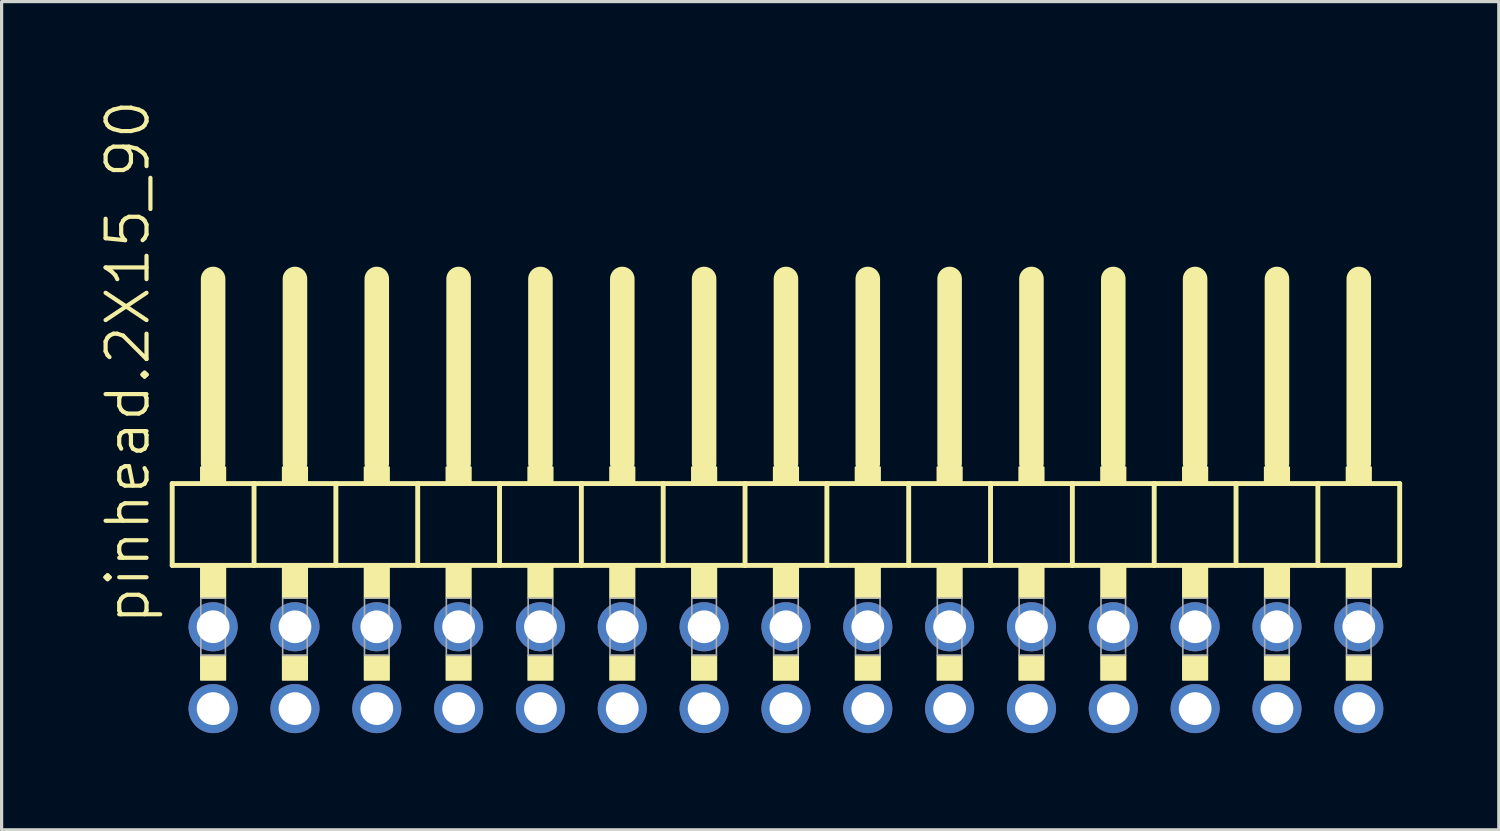
<source format=kicad_pcb>
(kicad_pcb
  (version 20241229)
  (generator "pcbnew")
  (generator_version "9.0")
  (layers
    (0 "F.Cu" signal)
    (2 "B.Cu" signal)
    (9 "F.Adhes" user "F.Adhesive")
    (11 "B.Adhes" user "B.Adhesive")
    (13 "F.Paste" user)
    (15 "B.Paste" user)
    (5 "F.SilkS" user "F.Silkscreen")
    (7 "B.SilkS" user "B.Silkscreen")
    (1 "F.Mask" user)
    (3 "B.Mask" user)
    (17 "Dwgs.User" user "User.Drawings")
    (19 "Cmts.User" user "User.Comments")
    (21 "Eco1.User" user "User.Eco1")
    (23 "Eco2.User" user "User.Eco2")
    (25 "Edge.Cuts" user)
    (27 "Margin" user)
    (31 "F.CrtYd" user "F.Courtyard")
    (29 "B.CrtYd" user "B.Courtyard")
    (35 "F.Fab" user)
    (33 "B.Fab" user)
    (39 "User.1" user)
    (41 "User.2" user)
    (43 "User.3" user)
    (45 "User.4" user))
  (footprint "pinhead.2X15_90"
    (layer "F.Cu")
    (at 21.345 12.594)
    (property "Reference" "pinhead.2X15_90" (at -19.685 3.81 90) (layer "F.SilkS") (effects (font (size 1.27 1.27) (thickness 0.13)) (justify left bottom)))
    (attr through_hole)
    (fp_line (start -19.05 -0.635) (end -19.05 1.905) (stroke (width 0.152) (type default)) (layer "F.SilkS"))
    (fp_line (start -19.05 1.905) (end -16.51 1.905) (stroke (width 0.152) (type default)) (layer "F.SilkS"))
    (fp_line (start -17.78 -6.985) (end -17.78 -1.27) (stroke (width 0.762) (type default)) (layer "F.SilkS"))
    (fp_line (start -16.51 -0.635) (end -19.05 -0.635) (stroke (width 0.152) (type default)) (layer "F.SilkS"))
    (fp_line (start -16.51 1.905) (end -16.51 -0.635) (stroke (width 0.152) (type default)) (layer "F.SilkS"))
    (fp_line (start -16.51 1.905) (end -13.97 1.905) (stroke (width 0.152) (type default)) (layer "F.SilkS"))
    (fp_line (start -15.24 -6.985) (end -15.24 -1.27) (stroke (width 0.762) (type default)) (layer "F.SilkS"))
    (fp_line (start -13.97 -0.635) (end -16.51 -0.635) (stroke (width 0.152) (type default)) (layer "F.SilkS"))
    (fp_line (start -13.97 1.905) (end -13.97 -0.635) (stroke (width 0.152) (type default)) (layer "F.SilkS"))
    (fp_line (start -13.97 1.905) (end -11.43 1.905) (stroke (width 0.152) (type default)) (layer "F.SilkS"))
    (fp_line (start -12.7 -6.985) (end -12.7 -1.27) (stroke (width 0.762) (type default)) (layer "F.SilkS"))
    (fp_line (start -11.43 -0.635) (end -13.97 -0.635) (stroke (width 0.152) (type default)) (layer "F.SilkS"))
    (fp_line (start -11.43 1.905) (end -11.43 -0.635) (stroke (width 0.152) (type default)) (layer "F.SilkS"))
    (fp_line (start -11.43 1.905) (end -8.89 1.905) (stroke (width 0.152) (type default)) (layer "F.SilkS"))
    (fp_line (start -10.16 -6.985) (end -10.16 -1.27) (stroke (width 0.762) (type default)) (layer "F.SilkS"))
    (fp_line (start -8.89 -0.635) (end -11.43 -0.635) (stroke (width 0.152) (type default)) (layer "F.SilkS"))
    (fp_line (start -8.89 1.905) (end -8.89 -0.635) (stroke (width 0.152) (type default)) (layer "F.SilkS"))
    (fp_line (start -8.89 1.905) (end -6.35 1.905) (stroke (width 0.152) (type default)) (layer "F.SilkS"))
    (fp_line (start -7.62 -6.985) (end -7.62 -1.27) (stroke (width 0.762) (type default)) (layer "F.SilkS"))
    (fp_line (start -6.35 -0.635) (end -8.89 -0.635) (stroke (width 0.152) (type default)) (layer "F.SilkS"))
    (fp_line (start -6.35 1.905) (end -6.35 -0.635) (stroke (width 0.152) (type default)) (layer "F.SilkS"))
    (fp_line (start -6.35 1.905) (end -3.81 1.905) (stroke (width 0.152) (type default)) (layer "F.SilkS"))
    (fp_line (start -5.08 -6.985) (end -5.08 -1.27) (stroke (width 0.762) (type default)) (layer "F.SilkS"))
    (fp_line (start -3.81 -0.635) (end -6.35 -0.635) (stroke (width 0.152) (type default)) (layer "F.SilkS"))
    (fp_line (start -3.81 1.905) (end -3.81 -0.635) (stroke (width 0.152) (type default)) (layer "F.SilkS"))
    (fp_line (start -3.81 1.905) (end -1.27 1.905) (stroke (width 0.152) (type default)) (layer "F.SilkS"))
    (fp_line (start -2.54 -6.985) (end -2.54 -1.27) (stroke (width 0.762) (type default)) (layer "F.SilkS"))
    (fp_line (start -1.27 -0.635) (end -3.81 -0.635) (stroke (width 0.152) (type default)) (layer "F.SilkS"))
    (fp_line (start -1.27 1.905) (end -1.27 -0.635) (stroke (width 0.152) (type default)) (layer "F.SilkS"))
    (fp_line (start -1.27 1.905) (end 1.27 1.905) (stroke (width 0.152) (type default)) (layer "F.SilkS"))
    (fp_line (start 0 -6.985) (end 0 -1.27) (stroke (width 0.762) (type default)) (layer "F.SilkS"))
    (fp_line (start 1.27 -0.635) (end -1.27 -0.635) (stroke (width 0.152) (type default)) (layer "F.SilkS"))
    (fp_line (start 1.27 1.905) (end 1.27 -0.635) (stroke (width 0.152) (type default)) (layer "F.SilkS"))
    (fp_line (start 1.27 1.905) (end 3.81 1.905) (stroke (width 0.152) (type default)) (layer "F.SilkS"))
    (fp_line (start 2.54 -6.985) (end 2.54 -1.27) (stroke (width 0.762) (type default)) (layer "F.SilkS"))
    (fp_line (start 3.81 -0.635) (end 1.27 -0.635) (stroke (width 0.152) (type default)) (layer "F.SilkS"))
    (fp_line (start 3.81 1.905) (end 3.81 -0.635) (stroke (width 0.152) (type default)) (layer "F.SilkS"))
    (fp_line (start 3.81 1.905) (end 6.35 1.905) (stroke (width 0.152) (type default)) (layer "F.SilkS"))
    (fp_line (start 5.08 -6.985) (end 5.08 -1.27) (stroke (width 0.762) (type default)) (layer "F.SilkS"))
    (fp_line (start 6.35 -0.635) (end 3.81 -0.635) (stroke (width 0.152) (type default)) (layer "F.SilkS"))
    (fp_line (start 6.35 1.905) (end 6.35 -0.635) (stroke (width 0.152) (type default)) (layer "F.SilkS"))
    (fp_line (start 6.35 1.905) (end 8.89 1.905) (stroke (width 0.152) (type default)) (layer "F.SilkS"))
    (fp_line (start 7.62 -6.985) (end 7.62 -1.27) (stroke (width 0.762) (type default)) (layer "F.SilkS"))
    (fp_line (start 8.89 -0.635) (end 6.35 -0.635) (stroke (width 0.152) (type default)) (layer "F.SilkS"))
    (fp_line (start 8.89 1.905) (end 8.89 -0.635) (stroke (width 0.152) (type default)) (layer "F.SilkS"))
    (fp_line (start 8.89 1.905) (end 11.43 1.905) (stroke (width 0.152) (type default)) (layer "F.SilkS"))
    (fp_line (start 10.16 -6.985) (end 10.16 -1.27) (stroke (width 0.762) (type default)) (layer "F.SilkS"))
    (fp_line (start 11.43 -0.635) (end 8.89 -0.635) (stroke (width 0.152) (type default)) (layer "F.SilkS"))
    (fp_line (start 11.43 1.905) (end 11.43 -0.635) (stroke (width 0.152) (type default)) (layer "F.SilkS"))
    (fp_line (start 11.43 1.905) (end 13.97 1.905) (stroke (width 0.152) (type default)) (layer "F.SilkS"))
    (fp_line (start 12.7 -6.985) (end 12.7 -1.27) (stroke (width 0.762) (type default)) (layer "F.SilkS"))
    (fp_line (start 13.97 -0.635) (end 11.43 -0.635) (stroke (width 0.152) (type default)) (layer "F.SilkS"))
    (fp_line (start 13.97 1.905) (end 13.97 -0.635) (stroke (width 0.152) (type default)) (layer "F.SilkS"))
    (fp_line (start 13.97 1.905) (end 16.51 1.905) (stroke (width 0.152) (type default)) (layer "F.SilkS"))
    (fp_line (start 15.24 -6.985) (end 15.24 -1.27) (stroke (width 0.762) (type default)) (layer "F.SilkS"))
    (fp_line (start 16.51 -0.635) (end 13.97 -0.635) (stroke (width 0.152) (type default)) (layer "F.SilkS"))
    (fp_line (start 16.51 1.905) (end 16.51 -0.635) (stroke (width 0.152) (type default)) (layer "F.SilkS"))
    (fp_line (start 16.51 1.905) (end 19.05 1.905) (stroke (width 0.152) (type default)) (layer "F.SilkS"))
    (fp_line (start 17.78 -6.985) (end 17.78 -1.27) (stroke (width 0.762) (type default)) (layer "F.SilkS"))
    (fp_line (start 19.05 -0.635) (end 16.51 -0.635) (stroke (width 0.152) (type default)) (layer "F.SilkS"))
    (fp_line (start 19.05 1.905) (end 19.05 -0.635) (stroke (width 0.152) (type default)) (layer "F.SilkS"))
    (fp_rect (start -18.161 -0.635) (end -17.399 -1.143) (stroke (width 0.05) (type default)) (fill yes) (layer "F.SilkS"))
    (fp_rect (start -18.161 2.921) (end -17.399 1.905) (stroke (width 0.05) (type default)) (fill yes) (layer "F.SilkS"))
    (fp_rect (start -18.161 5.461) (end -17.399 4.699) (stroke (width 0.05) (type default)) (fill yes) (layer "F.SilkS"))
    (fp_rect (start -15.621 -0.635) (end -14.859 -1.143) (stroke (width 0.05) (type default)) (fill yes) (layer "F.SilkS"))
    (fp_rect (start -15.621 2.921) (end -14.859 1.905) (stroke (width 0.05) (type default)) (fill yes) (layer "F.SilkS"))
    (fp_rect (start -15.621 5.461) (end -14.859 4.699) (stroke (width 0.05) (type default)) (fill yes) (layer "F.SilkS"))
    (fp_rect (start -13.081 -0.635) (end -12.319 -1.143) (stroke (width 0.05) (type default)) (fill yes) (layer "F.SilkS"))
    (fp_rect (start -13.081 2.921) (end -12.319 1.905) (stroke (width 0.05) (type default)) (fill yes) (layer "F.SilkS"))
    (fp_rect (start -13.081 5.461) (end -12.319 4.699) (stroke (width 0.05) (type default)) (fill yes) (layer "F.SilkS"))
    (fp_rect (start -10.541 -0.635) (end -9.779 -1.143) (stroke (width 0.05) (type default)) (fill yes) (layer "F.SilkS"))
    (fp_rect (start -10.541 2.921) (end -9.779 1.905) (stroke (width 0.05) (type default)) (fill yes) (layer "F.SilkS"))
    (fp_rect (start -10.541 5.461) (end -9.779 4.699) (stroke (width 0.05) (type default)) (fill yes) (layer "F.SilkS"))
    (fp_rect (start -8.001 -0.635) (end -7.239 -1.143) (stroke (width 0.05) (type default)) (fill yes) (layer "F.SilkS"))
    (fp_rect (start -8.001 2.921) (end -7.239 1.905) (stroke (width 0.05) (type default)) (fill yes) (layer "F.SilkS"))
    (fp_rect (start -8.001 5.461) (end -7.239 4.699) (stroke (width 0.05) (type default)) (fill yes) (layer "F.SilkS"))
    (fp_rect (start -5.461 -0.635) (end -4.699 -1.143) (stroke (width 0.05) (type default)) (fill yes) (layer "F.SilkS"))
    (fp_rect (start -5.461 2.921) (end -4.699 1.905) (stroke (width 0.05) (type default)) (fill yes) (layer "F.SilkS"))
    (fp_rect (start -5.461 5.461) (end -4.699 4.699) (stroke (width 0.05) (type default)) (fill yes) (layer "F.SilkS"))
    (fp_rect (start -2.921 -0.635) (end -2.159 -1.143) (stroke (width 0.05) (type default)) (fill yes) (layer "F.SilkS"))
    (fp_rect (start -2.921 2.921) (end -2.159 1.905) (stroke (width 0.05) (type default)) (fill yes) (layer "F.SilkS"))
    (fp_rect (start -2.921 5.461) (end -2.159 4.699) (stroke (width 0.05) (type default)) (fill yes) (layer "F.SilkS"))
    (fp_rect (start -0.381 -0.635) (end 0.381 -1.143) (stroke (width 0.05) (type default)) (fill yes) (layer "F.SilkS"))
    (fp_rect (start -0.381 2.921) (end 0.381 1.905) (stroke (width 0.05) (type default)) (fill yes) (layer "F.SilkS"))
    (fp_rect (start -0.381 5.461) (end 0.381 4.699) (stroke (width 0.05) (type default)) (fill yes) (layer "F.SilkS"))
    (fp_rect (start 2.159 -0.635) (end 2.921 -1.143) (stroke (width 0.05) (type default)) (fill yes) (layer "F.SilkS"))
    (fp_rect (start 2.159 2.921) (end 2.921 1.905) (stroke (width 0.05) (type default)) (fill yes) (layer "F.SilkS"))
    (fp_rect (start 2.159 5.461) (end 2.921 4.699) (stroke (width 0.05) (type default)) (fill yes) (layer "F.SilkS"))
    (fp_rect (start 4.699 -0.635) (end 5.461 -1.143) (stroke (width 0.05) (type default)) (fill yes) (layer "F.SilkS"))
    (fp_rect (start 4.699 2.921) (end 5.461 1.905) (stroke (width 0.05) (type default)) (fill yes) (layer "F.SilkS"))
    (fp_rect (start 4.699 5.461) (end 5.461 4.699) (stroke (width 0.05) (type default)) (fill yes) (layer "F.SilkS"))
    (fp_rect (start 7.239 -0.635) (end 8.001 -1.143) (stroke (width 0.05) (type default)) (fill yes) (layer "F.SilkS"))
    (fp_rect (start 7.239 2.921) (end 8.001 1.905) (stroke (width 0.05) (type default)) (fill yes) (layer "F.SilkS"))
    (fp_rect (start 7.239 5.461) (end 8.001 4.699) (stroke (width 0.05) (type default)) (fill yes) (layer "F.SilkS"))
    (fp_rect (start 9.779 -0.635) (end 10.541 -1.143) (stroke (width 0.05) (type default)) (fill yes) (layer "F.SilkS"))
    (fp_rect (start 9.779 2.921) (end 10.541 1.905) (stroke (width 0.05) (type default)) (fill yes) (layer "F.SilkS"))
    (fp_rect (start 9.779 5.461) (end 10.541 4.699) (stroke (width 0.05) (type default)) (fill yes) (layer "F.SilkS"))
    (fp_rect (start 12.319 -0.635) (end 13.081 -1.143) (stroke (width 0.05) (type default)) (fill yes) (layer "F.SilkS"))
    (fp_rect (start 12.319 2.921) (end 13.081 1.905) (stroke (width 0.05) (type default)) (fill yes) (layer "F.SilkS"))
    (fp_rect (start 12.319 5.461) (end 13.081 4.699) (stroke (width 0.05) (type default)) (fill yes) (layer "F.SilkS"))
    (fp_rect (start 14.859 -0.635) (end 15.621 -1.143) (stroke (width 0.05) (type default)) (fill yes) (layer "F.SilkS"))
    (fp_rect (start 14.859 2.921) (end 15.621 1.905) (stroke (width 0.05) (type default)) (fill yes) (layer "F.SilkS"))
    (fp_rect (start 14.859 5.461) (end 15.621 4.699) (stroke (width 0.05) (type default)) (fill yes) (layer "F.SilkS"))
    (fp_rect (start 17.399 -0.635) (end 18.161 -1.143) (stroke (width 0.05) (type default)) (fill yes) (layer "F.SilkS"))
    (fp_rect (start 17.399 2.921) (end 18.161 1.905) (stroke (width 0.05) (type default)) (fill yes) (layer "F.SilkS"))
    (fp_rect (start 17.399 5.461) (end 18.161 4.699) (stroke (width 0.05) (type default)) (fill yes) (layer "F.SilkS"))
    (fp_rect (start -18.161 4.699) (end -17.399 2.921) (stroke (width 0.05) (type default)) (fill no) (layer "F.Fab"))
    (fp_rect (start -15.621 4.699) (end -14.859 2.921) (stroke (width 0.05) (type default)) (fill no) (layer "F.Fab"))
    (fp_rect (start -13.081 4.699) (end -12.319 2.921) (stroke (width 0.05) (type default)) (fill no) (layer "F.Fab"))
    (fp_rect (start -10.541 4.699) (end -9.779 2.921) (stroke (width 0.05) (type default)) (fill no) (layer "F.Fab"))
    (fp_rect (start -8.001 4.699) (end -7.239 2.921) (stroke (width 0.05) (type default)) (fill no) (layer "F.Fab"))
    (fp_rect (start -5.461 4.699) (end -4.699 2.921) (stroke (width 0.05) (type default)) (fill no) (layer "F.Fab"))
    (fp_rect (start -2.921 4.699) (end -2.159 2.921) (stroke (width 0.05) (type default)) (fill no) (layer "F.Fab"))
    (fp_rect (start -0.381 4.699) (end 0.381 2.921) (stroke (width 0.05) (type default)) (fill no) (layer "F.Fab"))
    (fp_rect (start 2.159 4.699) (end 2.921 2.921) (stroke (width 0.05) (type default)) (fill no) (layer "F.Fab"))
    (fp_rect (start 4.699 4.699) (end 5.461 2.921) (stroke (width 0.05) (type default)) (fill no) (layer "F.Fab"))
    (fp_rect (start 7.239 4.699) (end 8.001 2.921) (stroke (width 0.05) (type default)) (fill no) (layer "F.Fab"))
    (fp_rect (start 9.779 4.699) (end 10.541 2.921) (stroke (width 0.05) (type default)) (fill no) (layer "F.Fab"))
    (fp_rect (start 12.319 4.699) (end 13.081 2.921) (stroke (width 0.05) (type default)) (fill no) (layer "F.Fab"))
    (fp_rect (start 14.859 4.699) (end 15.621 2.921) (stroke (width 0.05) (type default)) (fill no) (layer "F.Fab"))
    (fp_rect (start 17.399 4.699) (end 18.161 2.921) (stroke (width 0.05) (type default)) (fill no) (layer "F.Fab"))
    (pad "1" thru_hole circle (at -17.78 6.35) (size 1.524 1.524) (drill 1.016) (layers "*.Cu" "*.Mask"))
    (pad "2" thru_hole circle (at -17.78 3.81) (size 1.524 1.524) (drill 1.016) (layers "*.Cu" "*.Mask"))
    (pad "3" thru_hole circle (at -15.24 6.35) (size 1.524 1.524) (drill 1.016) (layers "*.Cu" "*.Mask"))
    (pad "4" thru_hole circle (at -15.24 3.81) (size 1.524 1.524) (drill 1.016) (layers "*.Cu" "*.Mask"))
    (pad "5" thru_hole circle (at -12.7 6.35) (size 1.524 1.524) (drill 1.016) (layers "*.Cu" "*.Mask"))
    (pad "6" thru_hole circle (at -12.7 3.81) (size 1.524 1.524) (drill 1.016) (layers "*.Cu" "*.Mask"))
    (pad "7" thru_hole circle (at -10.16 6.35) (size 1.524 1.524) (drill 1.016) (layers "*.Cu" "*.Mask"))
    (pad "8" thru_hole circle (at -10.16 3.81) (size 1.524 1.524) (drill 1.016) (layers "*.Cu" "*.Mask"))
    (pad "9" thru_hole circle (at -7.62 6.35) (size 1.524 1.524) (drill 1.016) (layers "*.Cu" "*.Mask"))
    (pad "10" thru_hole circle (at -7.62 3.81) (size 1.524 1.524) (drill 1.016) (layers "*.Cu" "*.Mask"))
    (pad "11" thru_hole circle (at -5.08 6.35) (size 1.524 1.524) (drill 1.016) (layers "*.Cu" "*.Mask"))
    (pad "12" thru_hole circle (at -5.08 3.81) (size 1.524 1.524) (drill 1.016) (layers "*.Cu" "*.Mask"))
    (pad "13" thru_hole circle (at -2.54 6.35) (size 1.524 1.524) (drill 1.016) (layers "*.Cu" "*.Mask"))
    (pad "14" thru_hole circle (at -2.54 3.81) (size 1.524 1.524) (drill 1.016) (layers "*.Cu" "*.Mask"))
    (pad "15" thru_hole circle (at 0 6.35) (size 1.524 1.524) (drill 1.016) (layers "*.Cu" "*.Mask"))
    (pad "16" thru_hole circle (at 0 3.81) (size 1.524 1.524) (drill 1.016) (layers "*.Cu" "*.Mask"))
    (pad "17" thru_hole circle (at 2.54 6.35) (size 1.524 1.524) (drill 1.016) (layers "*.Cu" "*.Mask"))
    (pad "18" thru_hole circle (at 2.54 3.81) (size 1.524 1.524) (drill 1.016) (layers "*.Cu" "*.Mask"))
    (pad "19" thru_hole circle (at 5.08 6.35) (size 1.524 1.524) (drill 1.016) (layers "*.Cu" "*.Mask"))
    (pad "20" thru_hole circle (at 5.08 3.81) (size 1.524 1.524) (drill 1.016) (layers "*.Cu" "*.Mask"))
    (pad "21" thru_hole circle (at 7.62 6.35) (size 1.524 1.524) (drill 1.016) (layers "*.Cu" "*.Mask"))
    (pad "22" thru_hole circle (at 7.62 3.81) (size 1.524 1.524) (drill 1.016) (layers "*.Cu" "*.Mask"))
    (pad "23" thru_hole circle (at 10.16 6.35) (size 1.524 1.524) (drill 1.016) (layers "*.Cu" "*.Mask"))
    (pad "24" thru_hole circle (at 10.16 3.81) (size 1.524 1.524) (drill 1.016) (layers "*.Cu" "*.Mask"))
    (pad "25" thru_hole circle (at 12.7 6.35) (size 1.524 1.524) (drill 1.016) (layers "*.Cu" "*.Mask"))
    (pad "26" thru_hole circle (at 12.7 3.81) (size 1.524 1.524) (drill 1.016) (layers "*.Cu" "*.Mask"))
    (pad "27" thru_hole circle (at 15.24 6.35) (size 1.524 1.524) (drill 1.016) (layers "*.Cu" "*.Mask"))
    (pad "28" thru_hole circle (at 15.24 3.81) (size 1.524 1.524) (drill 1.016) (layers "*.Cu" "*.Mask"))
    (pad "29" thru_hole circle (at 17.78 6.35) (size 1.524 1.524) (drill 1.016) (layers "*.Cu" "*.Mask"))
    (pad "30" thru_hole circle (at 17.78 3.81) (size 1.524 1.524) (drill 1.016) (layers "*.Cu" "*.Mask")))
  (gr_rect
    (start -3 -3)
    (end 43.471 22.706)
    (stroke (width 0.1) (type default))
    (fill no)
    (layer "Edge.Cuts")))
</source>
